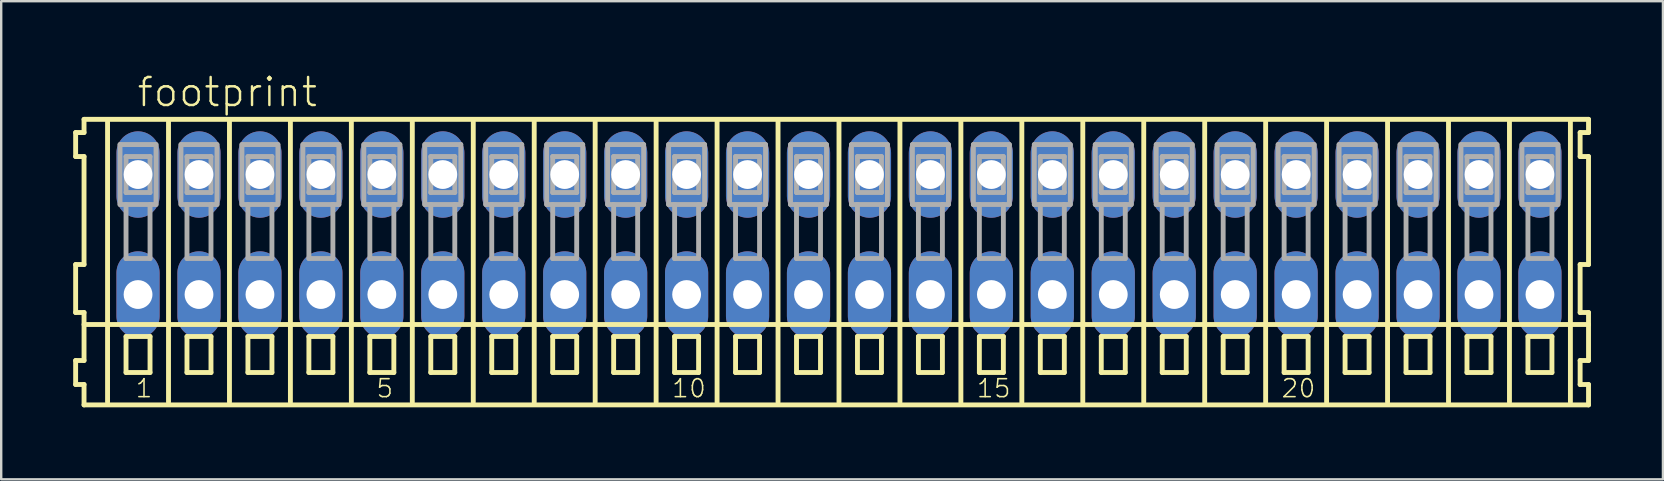
<source format=kicad_pcb>
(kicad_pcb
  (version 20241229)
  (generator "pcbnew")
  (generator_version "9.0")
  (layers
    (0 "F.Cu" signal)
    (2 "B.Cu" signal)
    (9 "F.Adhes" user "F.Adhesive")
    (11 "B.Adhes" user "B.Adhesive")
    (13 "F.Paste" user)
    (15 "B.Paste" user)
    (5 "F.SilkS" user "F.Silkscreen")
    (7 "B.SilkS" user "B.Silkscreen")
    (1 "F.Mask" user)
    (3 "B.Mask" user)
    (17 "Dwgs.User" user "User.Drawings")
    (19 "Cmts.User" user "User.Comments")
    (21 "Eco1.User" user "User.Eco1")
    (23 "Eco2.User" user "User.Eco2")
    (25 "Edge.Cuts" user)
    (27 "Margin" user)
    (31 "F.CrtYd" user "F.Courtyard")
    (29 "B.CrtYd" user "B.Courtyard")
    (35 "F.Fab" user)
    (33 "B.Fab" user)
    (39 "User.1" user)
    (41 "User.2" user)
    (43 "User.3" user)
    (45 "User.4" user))
  (footprint "footprint"
    (layer "F.Cu")
    (at 31.912 6.723)
    (property "Reference" "footprint" (at -29.31 -5.25 0) (layer "F.SilkS") (effects (font (size 1.168 1.168) (thickness 0.102)) (justify left bottom)))
    (fp_line (start -31.81 -4.25) (end -31.81 -3.25) (stroke (width 0.203) (type solid)) (layer "F.SilkS"))
    (fp_line (start -31.81 -3.25) (end -31.46 -3.25) (stroke (width 0.203) (type solid)) (layer "F.SilkS"))
    (fp_line (start -31.81 1.25) (end -31.81 3.25) (stroke (width 0.203) (type solid)) (layer "F.SilkS"))
    (fp_line (start -31.81 3.25) (end -31.46 3.25) (stroke (width 0.203) (type solid)) (layer "F.SilkS"))
    (fp_line (start -31.81 5.25) (end -31.81 6.25) (stroke (width 0.203) (type solid)) (layer "F.SilkS"))
    (fp_line (start -31.81 6.25) (end -31.46 6.25) (stroke (width 0.203) (type solid)) (layer "F.SilkS"))
    (fp_line (start -31.46 -4.8) (end -31.46 -4.25) (stroke (width 0.203) (type solid)) (layer "F.SilkS"))
    (fp_line (start -31.46 -4.25) (end -31.81 -4.25) (stroke (width 0.203) (type solid)) (layer "F.SilkS"))
    (fp_line (start -31.46 -3.25) (end -31.46 1.25) (stroke (width 0.203) (type solid)) (layer "F.SilkS"))
    (fp_line (start -31.46 1.25) (end -31.81 1.25) (stroke (width 0.203) (type solid)) (layer "F.SilkS"))
    (fp_line (start -31.46 3.25) (end -31.46 5.25) (stroke (width 0.203) (type solid)) (layer "F.SilkS"))
    (fp_line (start -31.46 3.75) (end 31.235 3.75) (stroke (width 0.203) (type solid)) (layer "F.SilkS"))
    (fp_line (start -31.46 5.25) (end -31.81 5.25) (stroke (width 0.203) (type solid)) (layer "F.SilkS"))
    (fp_line (start -31.46 6.25) (end -31.46 7.1) (stroke (width 0.203) (type solid)) (layer "F.SilkS"))
    (fp_line (start -31.46 7.1) (end 31.235 7.1) (stroke (width 0.203) (type solid)) (layer "F.SilkS"))
    (fp_line (start -30.48 6.985) (end -30.48 -4.699) (stroke (width 0.203) (type solid)) (layer "F.SilkS"))
    (fp_line (start -29.71 4.25) (end -29.71 5.75) (stroke (width 0.203) (type solid)) (layer "F.SilkS"))
    (fp_line (start -29.71 5.75) (end -28.71 5.75) (stroke (width 0.203) (type solid)) (layer "F.SilkS"))
    (fp_line (start -28.71 4.25) (end -29.71 4.25) (stroke (width 0.203) (type solid)) (layer "F.SilkS"))
    (fp_line (start -28.71 5.75) (end -28.71 4.25) (stroke (width 0.203) (type solid)) (layer "F.SilkS"))
    (fp_line (start -27.94 6.985) (end -27.94 -4.699) (stroke (width 0.203) (type solid)) (layer "F.SilkS"))
    (fp_line (start -27.17 4.25) (end -27.17 5.75) (stroke (width 0.203) (type solid)) (layer "F.SilkS"))
    (fp_line (start -27.17 5.75) (end -26.17 5.75) (stroke (width 0.203) (type solid)) (layer "F.SilkS"))
    (fp_line (start -26.17 4.25) (end -27.17 4.25) (stroke (width 0.203) (type solid)) (layer "F.SilkS"))
    (fp_line (start -26.17 5.75) (end -26.17 4.25) (stroke (width 0.203) (type solid)) (layer "F.SilkS"))
    (fp_line (start -25.4 6.985) (end -25.4 -4.699) (stroke (width 0.203) (type solid)) (layer "F.SilkS"))
    (fp_line (start -24.63 4.25) (end -24.63 5.75) (stroke (width 0.203) (type solid)) (layer "F.SilkS"))
    (fp_line (start -24.63 5.75) (end -23.63 5.75) (stroke (width 0.203) (type solid)) (layer "F.SilkS"))
    (fp_line (start -23.63 4.25) (end -24.63 4.25) (stroke (width 0.203) (type solid)) (layer "F.SilkS"))
    (fp_line (start -23.63 5.75) (end -23.63 4.25) (stroke (width 0.203) (type solid)) (layer "F.SilkS"))
    (fp_line (start -22.86 6.985) (end -22.86 -4.699) (stroke (width 0.203) (type solid)) (layer "F.SilkS"))
    (fp_line (start -22.09 4.25) (end -22.09 5.75) (stroke (width 0.203) (type solid)) (layer "F.SilkS"))
    (fp_line (start -22.09 5.75) (end -21.09 5.75) (stroke (width 0.203) (type solid)) (layer "F.SilkS"))
    (fp_line (start -21.09 4.25) (end -22.09 4.25) (stroke (width 0.203) (type solid)) (layer "F.SilkS"))
    (fp_line (start -21.09 5.75) (end -21.09 4.25) (stroke (width 0.203) (type solid)) (layer "F.SilkS"))
    (fp_line (start -20.32 6.985) (end -20.32 -4.699) (stroke (width 0.203) (type solid)) (layer "F.SilkS"))
    (fp_line (start -19.55 4.25) (end -19.55 5.75) (stroke (width 0.203) (type solid)) (layer "F.SilkS"))
    (fp_line (start -19.55 5.75) (end -18.55 5.75) (stroke (width 0.203) (type solid)) (layer "F.SilkS"))
    (fp_line (start -18.55 4.25) (end -19.55 4.25) (stroke (width 0.203) (type solid)) (layer "F.SilkS"))
    (fp_line (start -18.55 5.75) (end -18.55 4.25) (stroke (width 0.203) (type solid)) (layer "F.SilkS"))
    (fp_line (start -17.78 6.985) (end -17.78 -4.699) (stroke (width 0.203) (type solid)) (layer "F.SilkS"))
    (fp_line (start -17.01 4.25) (end -17.01 5.75) (stroke (width 0.203) (type solid)) (layer "F.SilkS"))
    (fp_line (start -17.01 5.75) (end -16.01 5.75) (stroke (width 0.203) (type solid)) (layer "F.SilkS"))
    (fp_line (start -16.01 4.25) (end -17.01 4.25) (stroke (width 0.203) (type solid)) (layer "F.SilkS"))
    (fp_line (start -16.01 5.75) (end -16.01 4.25) (stroke (width 0.203) (type solid)) (layer "F.SilkS"))
    (fp_line (start -15.24 6.985) (end -15.24 -4.699) (stroke (width 0.203) (type solid)) (layer "F.SilkS"))
    (fp_line (start -14.47 4.25) (end -14.47 5.75) (stroke (width 0.203) (type solid)) (layer "F.SilkS"))
    (fp_line (start -14.47 5.75) (end -13.47 5.75) (stroke (width 0.203) (type solid)) (layer "F.SilkS"))
    (fp_line (start -13.47 4.25) (end -14.47 4.25) (stroke (width 0.203) (type solid)) (layer "F.SilkS"))
    (fp_line (start -13.47 5.75) (end -13.47 4.25) (stroke (width 0.203) (type solid)) (layer "F.SilkS"))
    (fp_line (start -12.7 6.985) (end -12.7 -4.699) (stroke (width 0.203) (type solid)) (layer "F.SilkS"))
    (fp_line (start -11.93 4.25) (end -11.93 5.75) (stroke (width 0.203) (type solid)) (layer "F.SilkS"))
    (fp_line (start -11.93 5.75) (end -10.93 5.75) (stroke (width 0.203) (type solid)) (layer "F.SilkS"))
    (fp_line (start -10.93 4.25) (end -11.93 4.25) (stroke (width 0.203) (type solid)) (layer "F.SilkS"))
    (fp_line (start -10.93 5.75) (end -10.93 4.25) (stroke (width 0.203) (type solid)) (layer "F.SilkS"))
    (fp_line (start -10.16 6.985) (end -10.16 -4.699) (stroke (width 0.203) (type solid)) (layer "F.SilkS"))
    (fp_line (start -9.39 4.25) (end -9.39 5.75) (stroke (width 0.203) (type solid)) (layer "F.SilkS"))
    (fp_line (start -9.39 5.75) (end -8.39 5.75) (stroke (width 0.203) (type solid)) (layer "F.SilkS"))
    (fp_line (start -8.39 4.25) (end -9.39 4.25) (stroke (width 0.203) (type solid)) (layer "F.SilkS"))
    (fp_line (start -8.39 5.75) (end -8.39 4.25) (stroke (width 0.203) (type solid)) (layer "F.SilkS"))
    (fp_line (start -7.62 6.985) (end -7.62 -4.699) (stroke (width 0.203) (type solid)) (layer "F.SilkS"))
    (fp_line (start -6.85 4.25) (end -6.85 5.75) (stroke (width 0.203) (type solid)) (layer "F.SilkS"))
    (fp_line (start -6.85 5.75) (end -5.85 5.75) (stroke (width 0.203) (type solid)) (layer "F.SilkS"))
    (fp_line (start -5.85 4.25) (end -6.85 4.25) (stroke (width 0.203) (type solid)) (layer "F.SilkS"))
    (fp_line (start -5.85 5.75) (end -5.85 4.25) (stroke (width 0.203) (type solid)) (layer "F.SilkS"))
    (fp_line (start -5.08 6.985) (end -5.08 -4.699) (stroke (width 0.203) (type solid)) (layer "F.SilkS"))
    (fp_line (start -4.31 4.25) (end -4.31 5.75) (stroke (width 0.203) (type solid)) (layer "F.SilkS"))
    (fp_line (start -4.31 5.75) (end -3.31 5.75) (stroke (width 0.203) (type solid)) (layer "F.SilkS"))
    (fp_line (start -3.31 4.25) (end -4.31 4.25) (stroke (width 0.203) (type solid)) (layer "F.SilkS"))
    (fp_line (start -3.31 5.75) (end -3.31 4.25) (stroke (width 0.203) (type solid)) (layer "F.SilkS"))
    (fp_line (start -2.54 6.985) (end -2.54 -4.699) (stroke (width 0.203) (type solid)) (layer "F.SilkS"))
    (fp_line (start -1.77 4.25) (end -1.77 5.75) (stroke (width 0.203) (type solid)) (layer "F.SilkS"))
    (fp_line (start -1.77 5.75) (end -0.77 5.75) (stroke (width 0.203) (type solid)) (layer "F.SilkS"))
    (fp_line (start -0.77 4.25) (end -1.77 4.25) (stroke (width 0.203) (type solid)) (layer "F.SilkS"))
    (fp_line (start -0.77 5.75) (end -0.77 4.25) (stroke (width 0.203) (type solid)) (layer "F.SilkS"))
    (fp_line (start 0 6.985) (end 0 -4.699) (stroke (width 0.203) (type solid)) (layer "F.SilkS"))
    (fp_line (start 0.77 4.25) (end 0.77 5.75) (stroke (width 0.203) (type solid)) (layer "F.SilkS"))
    (fp_line (start 0.77 5.75) (end 1.77 5.75) (stroke (width 0.203) (type solid)) (layer "F.SilkS"))
    (fp_line (start 1.77 4.25) (end 0.77 4.25) (stroke (width 0.203) (type solid)) (layer "F.SilkS"))
    (fp_line (start 1.77 5.75) (end 1.77 4.25) (stroke (width 0.203) (type solid)) (layer "F.SilkS"))
    (fp_line (start 2.54 6.985) (end 2.54 -4.699) (stroke (width 0.203) (type solid)) (layer "F.SilkS"))
    (fp_line (start 3.31 4.25) (end 3.31 5.75) (stroke (width 0.203) (type solid)) (layer "F.SilkS"))
    (fp_line (start 3.31 5.75) (end 4.31 5.75) (stroke (width 0.203) (type solid)) (layer "F.SilkS"))
    (fp_line (start 4.31 4.25) (end 3.31 4.25) (stroke (width 0.203) (type solid)) (layer "F.SilkS"))
    (fp_line (start 4.31 5.75) (end 4.31 4.25) (stroke (width 0.203) (type solid)) (layer "F.SilkS"))
    (fp_line (start 5.08 6.985) (end 5.08 -4.699) (stroke (width 0.203) (type solid)) (layer "F.SilkS"))
    (fp_line (start 5.85 4.25) (end 5.85 5.75) (stroke (width 0.203) (type solid)) (layer "F.SilkS"))
    (fp_line (start 5.85 5.75) (end 6.85 5.75) (stroke (width 0.203) (type solid)) (layer "F.SilkS"))
    (fp_line (start 6.85 4.25) (end 5.85 4.25) (stroke (width 0.203) (type solid)) (layer "F.SilkS"))
    (fp_line (start 6.85 5.75) (end 6.85 4.25) (stroke (width 0.203) (type solid)) (layer "F.SilkS"))
    (fp_line (start 7.62 6.985) (end 7.62 -4.699) (stroke (width 0.203) (type solid)) (layer "F.SilkS"))
    (fp_line (start 8.39 4.25) (end 8.39 5.75) (stroke (width 0.203) (type solid)) (layer "F.SilkS"))
    (fp_line (start 8.39 5.75) (end 9.39 5.75) (stroke (width 0.203) (type solid)) (layer "F.SilkS"))
    (fp_line (start 9.39 4.25) (end 8.39 4.25) (stroke (width 0.203) (type solid)) (layer "F.SilkS"))
    (fp_line (start 9.39 5.75) (end 9.39 4.25) (stroke (width 0.203) (type solid)) (layer "F.SilkS"))
    (fp_line (start 10.16 6.985) (end 10.16 -4.699) (stroke (width 0.203) (type solid)) (layer "F.SilkS"))
    (fp_line (start 10.93 4.25) (end 10.93 5.75) (stroke (width 0.203) (type solid)) (layer "F.SilkS"))
    (fp_line (start 10.93 5.75) (end 11.93 5.75) (stroke (width 0.203) (type solid)) (layer "F.SilkS"))
    (fp_line (start 11.93 4.25) (end 10.93 4.25) (stroke (width 0.203) (type solid)) (layer "F.SilkS"))
    (fp_line (start 11.93 5.75) (end 11.93 4.25) (stroke (width 0.203) (type solid)) (layer "F.SilkS"))
    (fp_line (start 12.7 6.985) (end 12.7 -4.699) (stroke (width 0.203) (type solid)) (layer "F.SilkS"))
    (fp_line (start 13.47 4.25) (end 13.47 5.75) (stroke (width 0.203) (type solid)) (layer "F.SilkS"))
    (fp_line (start 13.47 5.75) (end 14.47 5.75) (stroke (width 0.203) (type solid)) (layer "F.SilkS"))
    (fp_line (start 14.47 4.25) (end 13.47 4.25) (stroke (width 0.203) (type solid)) (layer "F.SilkS"))
    (fp_line (start 14.47 5.75) (end 14.47 4.25) (stroke (width 0.203) (type solid)) (layer "F.SilkS"))
    (fp_line (start 15.24 6.985) (end 15.24 -4.699) (stroke (width 0.203) (type solid)) (layer "F.SilkS"))
    (fp_line (start 16.01 4.25) (end 16.01 5.75) (stroke (width 0.203) (type solid)) (layer "F.SilkS"))
    (fp_line (start 16.01 5.75) (end 17.01 5.75) (stroke (width 0.203) (type solid)) (layer "F.SilkS"))
    (fp_line (start 17.01 4.25) (end 16.01 4.25) (stroke (width 0.203) (type solid)) (layer "F.SilkS"))
    (fp_line (start 17.01 5.75) (end 17.01 4.25) (stroke (width 0.203) (type solid)) (layer "F.SilkS"))
    (fp_line (start 17.78 6.985) (end 17.78 -4.699) (stroke (width 0.203) (type solid)) (layer "F.SilkS"))
    (fp_line (start 18.55 4.25) (end 18.55 5.75) (stroke (width 0.203) (type solid)) (layer "F.SilkS"))
    (fp_line (start 18.55 5.75) (end 19.55 5.75) (stroke (width 0.203) (type solid)) (layer "F.SilkS"))
    (fp_line (start 19.55 4.25) (end 18.55 4.25) (stroke (width 0.203) (type solid)) (layer "F.SilkS"))
    (fp_line (start 19.55 5.75) (end 19.55 4.25) (stroke (width 0.203) (type solid)) (layer "F.SilkS"))
    (fp_line (start 20.32 6.985) (end 20.32 -4.699) (stroke (width 0.203) (type solid)) (layer "F.SilkS"))
    (fp_line (start 21.09 4.25) (end 21.09 5.75) (stroke (width 0.203) (type solid)) (layer "F.SilkS"))
    (fp_line (start 21.09 5.75) (end 22.09 5.75) (stroke (width 0.203) (type solid)) (layer "F.SilkS"))
    (fp_line (start 22.09 4.25) (end 21.09 4.25) (stroke (width 0.203) (type solid)) (layer "F.SilkS"))
    (fp_line (start 22.09 5.75) (end 22.09 4.25) (stroke (width 0.203) (type solid)) (layer "F.SilkS"))
    (fp_line (start 22.86 6.985) (end 22.86 -4.699) (stroke (width 0.203) (type solid)) (layer "F.SilkS"))
    (fp_line (start 23.63 4.25) (end 23.63 5.75) (stroke (width 0.203) (type solid)) (layer "F.SilkS"))
    (fp_line (start 23.63 5.75) (end 24.63 5.75) (stroke (width 0.203) (type solid)) (layer "F.SilkS"))
    (fp_line (start 24.63 4.25) (end 23.63 4.25) (stroke (width 0.203) (type solid)) (layer "F.SilkS"))
    (fp_line (start 24.63 5.75) (end 24.63 4.25) (stroke (width 0.203) (type solid)) (layer "F.SilkS"))
    (fp_line (start 25.4 6.985) (end 25.4 -4.699) (stroke (width 0.203) (type solid)) (layer "F.SilkS"))
    (fp_line (start 26.17 4.25) (end 26.17 5.75) (stroke (width 0.203) (type solid)) (layer "F.SilkS"))
    (fp_line (start 26.17 5.75) (end 27.17 5.75) (stroke (width 0.203) (type solid)) (layer "F.SilkS"))
    (fp_line (start 27.17 4.25) (end 26.17 4.25) (stroke (width 0.203) (type solid)) (layer "F.SilkS"))
    (fp_line (start 27.17 5.75) (end 27.17 4.25) (stroke (width 0.203) (type solid)) (layer "F.SilkS"))
    (fp_line (start 27.94 6.985) (end 27.94 -4.699) (stroke (width 0.203) (type solid)) (layer "F.SilkS"))
    (fp_line (start 28.71 4.25) (end 28.71 5.75) (stroke (width 0.203) (type solid)) (layer "F.SilkS"))
    (fp_line (start 28.71 5.75) (end 29.71 5.75) (stroke (width 0.203) (type solid)) (layer "F.SilkS"))
    (fp_line (start 29.71 4.25) (end 28.71 4.25) (stroke (width 0.203) (type solid)) (layer "F.SilkS"))
    (fp_line (start 29.71 5.75) (end 29.71 4.25) (stroke (width 0.203) (type solid)) (layer "F.SilkS"))
    (fp_line (start 30.48 6.985) (end 30.48 -4.699) (stroke (width 0.203) (type solid)) (layer "F.SilkS"))
    (fp_line (start 30.885 -4.25) (end 30.885 -3.25) (stroke (width 0.203) (type solid)) (layer "F.SilkS"))
    (fp_line (start 30.885 -3.25) (end 31.235 -3.25) (stroke (width 0.203) (type solid)) (layer "F.SilkS"))
    (fp_line (start 30.885 1.25) (end 30.885 3.25) (stroke (width 0.203) (type solid)) (layer "F.SilkS"))
    (fp_line (start 30.885 3.25) (end 31.235 3.25) (stroke (width 0.203) (type solid)) (layer "F.SilkS"))
    (fp_line (start 30.885 5.25) (end 30.885 6.25) (stroke (width 0.203) (type solid)) (layer "F.SilkS"))
    (fp_line (start 30.885 6.25) (end 31.235 6.25) (stroke (width 0.203) (type solid)) (layer "F.SilkS"))
    (fp_line (start 31.235 -4.8) (end -31.46 -4.8) (stroke (width 0.203) (type solid)) (layer "F.SilkS"))
    (fp_line (start 31.235 -4.25) (end 30.885 -4.25) (stroke (width 0.203) (type solid)) (layer "F.SilkS"))
    (fp_line (start 31.235 -4.25) (end 31.235 -4.8) (stroke (width 0.203) (type solid)) (layer "F.SilkS"))
    (fp_line (start 31.235 1.25) (end 30.885 1.25) (stroke (width 0.203) (type solid)) (layer "F.SilkS"))
    (fp_line (start 31.235 1.25) (end 31.235 -3.25) (stroke (width 0.203) (type solid)) (layer "F.SilkS"))
    (fp_line (start 31.235 3.75) (end 31.235 3.25) (stroke (width 0.203) (type solid)) (layer "F.SilkS"))
    (fp_line (start 31.235 5.25) (end 30.885 5.25) (stroke (width 0.203) (type solid)) (layer "F.SilkS"))
    (fp_line (start 31.235 5.25) (end 31.235 3.75) (stroke (width 0.203) (type solid)) (layer "F.SilkS"))
    (fp_line (start 31.235 7.1) (end 31.235 6.25) (stroke (width 0.203) (type solid)) (layer "F.SilkS"))
    (fp_line (start -29.96 -3.75) (end -29.96 -1.25) (stroke (width 0.203) (type solid)) (layer "F.Fab"))
    (fp_line (start -29.96 -1.25) (end -29.71 -1.25) (stroke (width 0.203) (type solid)) (layer "F.Fab"))
    (fp_line (start -29.71 -3.25) (end -29.71 -1.75) (stroke (width 0.203) (type solid)) (layer "F.Fab"))
    (fp_line (start -29.71 -1.75) (end -28.71 -1.75) (stroke (width 0.203) (type solid)) (layer "F.Fab"))
    (fp_line (start -29.71 -1.25) (end -29.71 1) (stroke (width 0.203) (type solid)) (layer "F.Fab"))
    (fp_line (start -29.71 -1.25) (end -28.71 -1.25) (stroke (width 0.203) (type solid)) (layer "F.Fab"))
    (fp_line (start -29.71 1) (end -28.71 1) (stroke (width 0.203) (type solid)) (layer "F.Fab"))
    (fp_line (start -28.71 -3.25) (end -29.71 -3.25) (stroke (width 0.203) (type solid)) (layer "F.Fab"))
    (fp_line (start -28.71 -1.75) (end -28.71 -3.25) (stroke (width 0.203) (type solid)) (layer "F.Fab"))
    (fp_line (start -28.71 -1.25) (end -28.46 -1.25) (stroke (width 0.203) (type solid)) (layer "F.Fab"))
    (fp_line (start -28.71 1) (end -28.71 -1.25) (stroke (width 0.203) (type solid)) (layer "F.Fab"))
    (fp_line (start -28.46 -3.75) (end -29.96 -3.75) (stroke (width 0.203) (type solid)) (layer "F.Fab"))
    (fp_line (start -28.46 -1.25) (end -28.46 -3.75) (stroke (width 0.203) (type solid)) (layer "F.Fab"))
    (fp_line (start -27.42 -3.75) (end -27.42 -1.25) (stroke (width 0.203) (type solid)) (layer "F.Fab"))
    (fp_line (start -27.42 -1.25) (end -27.17 -1.25) (stroke (width 0.203) (type solid)) (layer "F.Fab"))
    (fp_line (start -27.17 -3.25) (end -27.17 -1.75) (stroke (width 0.203) (type solid)) (layer "F.Fab"))
    (fp_line (start -27.17 -1.75) (end -26.17 -1.75) (stroke (width 0.203) (type solid)) (layer "F.Fab"))
    (fp_line (start -27.17 -1.25) (end -27.17 1) (stroke (width 0.203) (type solid)) (layer "F.Fab"))
    (fp_line (start -27.17 -1.25) (end -26.17 -1.25) (stroke (width 0.203) (type solid)) (layer "F.Fab"))
    (fp_line (start -27.17 1) (end -26.17 1) (stroke (width 0.203) (type solid)) (layer "F.Fab"))
    (fp_line (start -26.17 -3.25) (end -27.17 -3.25) (stroke (width 0.203) (type solid)) (layer "F.Fab"))
    (fp_line (start -26.17 -1.75) (end -26.17 -3.25) (stroke (width 0.203) (type solid)) (layer "F.Fab"))
    (fp_line (start -26.17 -1.25) (end -25.92 -1.25) (stroke (width 0.203) (type solid)) (layer "F.Fab"))
    (fp_line (start -26.17 1) (end -26.17 -1.25) (stroke (width 0.203) (type solid)) (layer "F.Fab"))
    (fp_line (start -25.92 -3.75) (end -27.42 -3.75) (stroke (width 0.203) (type solid)) (layer "F.Fab"))
    (fp_line (start -25.92 -1.25) (end -25.92 -3.75) (stroke (width 0.203) (type solid)) (layer "F.Fab"))
    (fp_line (start -24.88 -3.75) (end -24.88 -1.25) (stroke (width 0.203) (type solid)) (layer "F.Fab"))
    (fp_line (start -24.88 -1.25) (end -24.63 -1.25) (stroke (width 0.203) (type solid)) (layer "F.Fab"))
    (fp_line (start -24.63 -3.25) (end -24.63 -1.75) (stroke (width 0.203) (type solid)) (layer "F.Fab"))
    (fp_line (start -24.63 -1.75) (end -23.63 -1.75) (stroke (width 0.203) (type solid)) (layer "F.Fab"))
    (fp_line (start -24.63 -1.25) (end -24.63 1) (stroke (width 0.203) (type solid)) (layer "F.Fab"))
    (fp_line (start -24.63 -1.25) (end -23.63 -1.25) (stroke (width 0.203) (type solid)) (layer "F.Fab"))
    (fp_line (start -24.63 1) (end -23.63 1) (stroke (width 0.203) (type solid)) (layer "F.Fab"))
    (fp_line (start -23.63 -3.25) (end -24.63 -3.25) (stroke (width 0.203) (type solid)) (layer "F.Fab"))
    (fp_line (start -23.63 -1.75) (end -23.63 -3.25) (stroke (width 0.203) (type solid)) (layer "F.Fab"))
    (fp_line (start -23.63 -1.25) (end -23.38 -1.25) (stroke (width 0.203) (type solid)) (layer "F.Fab"))
    (fp_line (start -23.63 1) (end -23.63 -1.25) (stroke (width 0.203) (type solid)) (layer "F.Fab"))
    (fp_line (start -23.38 -3.75) (end -24.88 -3.75) (stroke (width 0.203) (type solid)) (layer "F.Fab"))
    (fp_line (start -23.38 -1.25) (end -23.38 -3.75) (stroke (width 0.203) (type solid)) (layer "F.Fab"))
    (fp_line (start -22.34 -3.75) (end -22.34 -1.25) (stroke (width 0.203) (type solid)) (layer "F.Fab"))
    (fp_line (start -22.34 -1.25) (end -22.09 -1.25) (stroke (width 0.203) (type solid)) (layer "F.Fab"))
    (fp_line (start -22.09 -3.25) (end -22.09 -1.75) (stroke (width 0.203) (type solid)) (layer "F.Fab"))
    (fp_line (start -22.09 -1.75) (end -21.09 -1.75) (stroke (width 0.203) (type solid)) (layer "F.Fab"))
    (fp_line (start -22.09 -1.25) (end -22.09 1) (stroke (width 0.203) (type solid)) (layer "F.Fab"))
    (fp_line (start -22.09 -1.25) (end -21.09 -1.25) (stroke (width 0.203) (type solid)) (layer "F.Fab"))
    (fp_line (start -22.09 1) (end -21.09 1) (stroke (width 0.203) (type solid)) (layer "F.Fab"))
    (fp_line (start -21.09 -3.25) (end -22.09 -3.25) (stroke (width 0.203) (type solid)) (layer "F.Fab"))
    (fp_line (start -21.09 -1.75) (end -21.09 -3.25) (stroke (width 0.203) (type solid)) (layer "F.Fab"))
    (fp_line (start -21.09 -1.25) (end -20.84 -1.25) (stroke (width 0.203) (type solid)) (layer "F.Fab"))
    (fp_line (start -21.09 1) (end -21.09 -1.25) (stroke (width 0.203) (type solid)) (layer "F.Fab"))
    (fp_line (start -20.84 -3.75) (end -22.34 -3.75) (stroke (width 0.203) (type solid)) (layer "F.Fab"))
    (fp_line (start -20.84 -1.25) (end -20.84 -3.75) (stroke (width 0.203) (type solid)) (layer "F.Fab"))
    (fp_line (start -19.8 -3.75) (end -19.8 -1.25) (stroke (width 0.203) (type solid)) (layer "F.Fab"))
    (fp_line (start -19.8 -1.25) (end -19.55 -1.25) (stroke (width 0.203) (type solid)) (layer "F.Fab"))
    (fp_line (start -19.55 -3.25) (end -19.55 -1.75) (stroke (width 0.203) (type solid)) (layer "F.Fab"))
    (fp_line (start -19.55 -1.75) (end -18.55 -1.75) (stroke (width 0.203) (type solid)) (layer "F.Fab"))
    (fp_line (start -19.55 -1.25) (end -19.55 1) (stroke (width 0.203) (type solid)) (layer "F.Fab"))
    (fp_line (start -19.55 -1.25) (end -18.55 -1.25) (stroke (width 0.203) (type solid)) (layer "F.Fab"))
    (fp_line (start -19.55 1) (end -18.55 1) (stroke (width 0.203) (type solid)) (layer "F.Fab"))
    (fp_line (start -18.55 -3.25) (end -19.55 -3.25) (stroke (width 0.203) (type solid)) (layer "F.Fab"))
    (fp_line (start -18.55 -1.75) (end -18.55 -3.25) (stroke (width 0.203) (type solid)) (layer "F.Fab"))
    (fp_line (start -18.55 -1.25) (end -18.3 -1.25) (stroke (width 0.203) (type solid)) (layer "F.Fab"))
    (fp_line (start -18.55 1) (end -18.55 -1.25) (stroke (width 0.203) (type solid)) (layer "F.Fab"))
    (fp_line (start -18.3 -3.75) (end -19.8 -3.75) (stroke (width 0.203) (type solid)) (layer "F.Fab"))
    (fp_line (start -18.3 -1.25) (end -18.3 -3.75) (stroke (width 0.203) (type solid)) (layer "F.Fab"))
    (fp_line (start -17.26 -3.75) (end -17.26 -1.25) (stroke (width 0.203) (type solid)) (layer "F.Fab"))
    (fp_line (start -17.26 -1.25) (end -17.01 -1.25) (stroke (width 0.203) (type solid)) (layer "F.Fab"))
    (fp_line (start -17.01 -3.25) (end -17.01 -1.75) (stroke (width 0.203) (type solid)) (layer "F.Fab"))
    (fp_line (start -17.01 -1.75) (end -16.01 -1.75) (stroke (width 0.203) (type solid)) (layer "F.Fab"))
    (fp_line (start -17.01 -1.25) (end -17.01 1) (stroke (width 0.203) (type solid)) (layer "F.Fab"))
    (fp_line (start -17.01 -1.25) (end -16.01 -1.25) (stroke (width 0.203) (type solid)) (layer "F.Fab"))
    (fp_line (start -17.01 1) (end -16.01 1) (stroke (width 0.203) (type solid)) (layer "F.Fab"))
    (fp_line (start -16.01 -3.25) (end -17.01 -3.25) (stroke (width 0.203) (type solid)) (layer "F.Fab"))
    (fp_line (start -16.01 -1.75) (end -16.01 -3.25) (stroke (width 0.203) (type solid)) (layer "F.Fab"))
    (fp_line (start -16.01 -1.25) (end -15.76 -1.25) (stroke (width 0.203) (type solid)) (layer "F.Fab"))
    (fp_line (start -16.01 1) (end -16.01 -1.25) (stroke (width 0.203) (type solid)) (layer "F.Fab"))
    (fp_line (start -15.76 -3.75) (end -17.26 -3.75) (stroke (width 0.203) (type solid)) (layer "F.Fab"))
    (fp_line (start -15.76 -1.25) (end -15.76 -3.75) (stroke (width 0.203) (type solid)) (layer "F.Fab"))
    (fp_line (start -14.72 -3.75) (end -14.72 -1.25) (stroke (width 0.203) (type solid)) (layer "F.Fab"))
    (fp_line (start -14.72 -1.25) (end -14.47 -1.25) (stroke (width 0.203) (type solid)) (layer "F.Fab"))
    (fp_line (start -14.47 -3.25) (end -14.47 -1.75) (stroke (width 0.203) (type solid)) (layer "F.Fab"))
    (fp_line (start -14.47 -1.75) (end -13.47 -1.75) (stroke (width 0.203) (type solid)) (layer "F.Fab"))
    (fp_line (start -14.47 -1.25) (end -14.47 1) (stroke (width 0.203) (type solid)) (layer "F.Fab"))
    (fp_line (start -14.47 -1.25) (end -13.47 -1.25) (stroke (width 0.203) (type solid)) (layer "F.Fab"))
    (fp_line (start -14.47 1) (end -13.47 1) (stroke (width 0.203) (type solid)) (layer "F.Fab"))
    (fp_line (start -13.47 -3.25) (end -14.47 -3.25) (stroke (width 0.203) (type solid)) (layer "F.Fab"))
    (fp_line (start -13.47 -1.75) (end -13.47 -3.25) (stroke (width 0.203) (type solid)) (layer "F.Fab"))
    (fp_line (start -13.47 -1.25) (end -13.22 -1.25) (stroke (width 0.203) (type solid)) (layer "F.Fab"))
    (fp_line (start -13.47 1) (end -13.47 -1.25) (stroke (width 0.203) (type solid)) (layer "F.Fab"))
    (fp_line (start -13.22 -3.75) (end -14.72 -3.75) (stroke (width 0.203) (type solid)) (layer "F.Fab"))
    (fp_line (start -13.22 -1.25) (end -13.22 -3.75) (stroke (width 0.203) (type solid)) (layer "F.Fab"))
    (fp_line (start -12.18 -3.75) (end -12.18 -1.25) (stroke (width 0.203) (type solid)) (layer "F.Fab"))
    (fp_line (start -12.18 -1.25) (end -11.93 -1.25) (stroke (width 0.203) (type solid)) (layer "F.Fab"))
    (fp_line (start -11.93 -3.25) (end -11.93 -1.75) (stroke (width 0.203) (type solid)) (layer "F.Fab"))
    (fp_line (start -11.93 -1.75) (end -10.93 -1.75) (stroke (width 0.203) (type solid)) (layer "F.Fab"))
    (fp_line (start -11.93 -1.25) (end -11.93 1) (stroke (width 0.203) (type solid)) (layer "F.Fab"))
    (fp_line (start -11.93 -1.25) (end -10.93 -1.25) (stroke (width 0.203) (type solid)) (layer "F.Fab"))
    (fp_line (start -11.93 1) (end -10.93 1) (stroke (width 0.203) (type solid)) (layer "F.Fab"))
    (fp_line (start -10.93 -3.25) (end -11.93 -3.25) (stroke (width 0.203) (type solid)) (layer "F.Fab"))
    (fp_line (start -10.93 -1.75) (end -10.93 -3.25) (stroke (width 0.203) (type solid)) (layer "F.Fab"))
    (fp_line (start -10.93 -1.25) (end -10.68 -1.25) (stroke (width 0.203) (type solid)) (layer "F.Fab"))
    (fp_line (start -10.93 1) (end -10.93 -1.25) (stroke (width 0.203) (type solid)) (layer "F.Fab"))
    (fp_line (start -10.68 -3.75) (end -12.18 -3.75) (stroke (width 0.203) (type solid)) (layer "F.Fab"))
    (fp_line (start -10.68 -1.25) (end -10.68 -3.75) (stroke (width 0.203) (type solid)) (layer "F.Fab"))
    (fp_line (start -9.64 -3.75) (end -9.64 -1.25) (stroke (width 0.203) (type solid)) (layer "F.Fab"))
    (fp_line (start -9.64 -1.25) (end -9.39 -1.25) (stroke (width 0.203) (type solid)) (layer "F.Fab"))
    (fp_line (start -9.39 -3.25) (end -9.39 -1.75) (stroke (width 0.203) (type solid)) (layer "F.Fab"))
    (fp_line (start -9.39 -1.75) (end -8.39 -1.75) (stroke (width 0.203) (type solid)) (layer "F.Fab"))
    (fp_line (start -9.39 -1.25) (end -9.39 1) (stroke (width 0.203) (type solid)) (layer "F.Fab"))
    (fp_line (start -9.39 -1.25) (end -8.39 -1.25) (stroke (width 0.203) (type solid)) (layer "F.Fab"))
    (fp_line (start -9.39 1) (end -8.39 1) (stroke (width 0.203) (type solid)) (layer "F.Fab"))
    (fp_line (start -8.39 -3.25) (end -9.39 -3.25) (stroke (width 0.203) (type solid)) (layer "F.Fab"))
    (fp_line (start -8.39 -1.75) (end -8.39 -3.25) (stroke (width 0.203) (type solid)) (layer "F.Fab"))
    (fp_line (start -8.39 -1.25) (end -8.14 -1.25) (stroke (width 0.203) (type solid)) (layer "F.Fab"))
    (fp_line (start -8.39 1) (end -8.39 -1.25) (stroke (width 0.203) (type solid)) (layer "F.Fab"))
    (fp_line (start -8.14 -3.75) (end -9.64 -3.75) (stroke (width 0.203) (type solid)) (layer "F.Fab"))
    (fp_line (start -8.14 -1.25) (end -8.14 -3.75) (stroke (width 0.203) (type solid)) (layer "F.Fab"))
    (fp_line (start -7.1 -3.75) (end -7.1 -1.25) (stroke (width 0.203) (type solid)) (layer "F.Fab"))
    (fp_line (start -7.1 -1.25) (end -6.85 -1.25) (stroke (width 0.203) (type solid)) (layer "F.Fab"))
    (fp_line (start -6.85 -3.25) (end -6.85 -1.75) (stroke (width 0.203) (type solid)) (layer "F.Fab"))
    (fp_line (start -6.85 -1.75) (end -5.85 -1.75) (stroke (width 0.203) (type solid)) (layer "F.Fab"))
    (fp_line (start -6.85 -1.25) (end -6.85 1) (stroke (width 0.203) (type solid)) (layer "F.Fab"))
    (fp_line (start -6.85 -1.25) (end -5.85 -1.25) (stroke (width 0.203) (type solid)) (layer "F.Fab"))
    (fp_line (start -6.85 1) (end -5.85 1) (stroke (width 0.203) (type solid)) (layer "F.Fab"))
    (fp_line (start -5.85 -3.25) (end -6.85 -3.25) (stroke (width 0.203) (type solid)) (layer "F.Fab"))
    (fp_line (start -5.85 -1.75) (end -5.85 -3.25) (stroke (width 0.203) (type solid)) (layer "F.Fab"))
    (fp_line (start -5.85 -1.25) (end -5.6 -1.25) (stroke (width 0.203) (type solid)) (layer "F.Fab"))
    (fp_line (start -5.85 1) (end -5.85 -1.25) (stroke (width 0.203) (type solid)) (layer "F.Fab"))
    (fp_line (start -5.6 -3.75) (end -7.1 -3.75) (stroke (width 0.203) (type solid)) (layer "F.Fab"))
    (fp_line (start -5.6 -1.25) (end -5.6 -3.75) (stroke (width 0.203) (type solid)) (layer "F.Fab"))
    (fp_line (start -4.56 -3.75) (end -4.56 -1.25) (stroke (width 0.203) (type solid)) (layer "F.Fab"))
    (fp_line (start -4.56 -1.25) (end -4.31 -1.25) (stroke (width 0.203) (type solid)) (layer "F.Fab"))
    (fp_line (start -4.31 -3.25) (end -4.31 -1.75) (stroke (width 0.203) (type solid)) (layer "F.Fab"))
    (fp_line (start -4.31 -1.75) (end -3.31 -1.75) (stroke (width 0.203) (type solid)) (layer "F.Fab"))
    (fp_line (start -4.31 -1.25) (end -4.31 1) (stroke (width 0.203) (type solid)) (layer "F.Fab"))
    (fp_line (start -4.31 -1.25) (end -3.31 -1.25) (stroke (width 0.203) (type solid)) (layer "F.Fab"))
    (fp_line (start -4.31 1) (end -3.31 1) (stroke (width 0.203) (type solid)) (layer "F.Fab"))
    (fp_line (start -3.31 -3.25) (end -4.31 -3.25) (stroke (width 0.203) (type solid)) (layer "F.Fab"))
    (fp_line (start -3.31 -1.75) (end -3.31 -3.25) (stroke (width 0.203) (type solid)) (layer "F.Fab"))
    (fp_line (start -3.31 -1.25) (end -3.06 -1.25) (stroke (width 0.203) (type solid)) (layer "F.Fab"))
    (fp_line (start -3.31 1) (end -3.31 -1.25) (stroke (width 0.203) (type solid)) (layer "F.Fab"))
    (fp_line (start -3.06 -3.75) (end -4.56 -3.75) (stroke (width 0.203) (type solid)) (layer "F.Fab"))
    (fp_line (start -3.06 -1.25) (end -3.06 -3.75) (stroke (width 0.203) (type solid)) (layer "F.Fab"))
    (fp_line (start -2.02 -3.75) (end -2.02 -1.25) (stroke (width 0.203) (type solid)) (layer "F.Fab"))
    (fp_line (start -2.02 -1.25) (end -1.77 -1.25) (stroke (width 0.203) (type solid)) (layer "F.Fab"))
    (fp_line (start -1.77 -3.25) (end -1.77 -1.75) (stroke (width 0.203) (type solid)) (layer "F.Fab"))
    (fp_line (start -1.77 -1.75) (end -0.77 -1.75) (stroke (width 0.203) (type solid)) (layer "F.Fab"))
    (fp_line (start -1.77 -1.25) (end -1.77 1) (stroke (width 0.203) (type solid)) (layer "F.Fab"))
    (fp_line (start -1.77 -1.25) (end -0.77 -1.25) (stroke (width 0.203) (type solid)) (layer "F.Fab"))
    (fp_line (start -1.77 1) (end -0.77 1) (stroke (width 0.203) (type solid)) (layer "F.Fab"))
    (fp_line (start -0.77 -3.25) (end -1.77 -3.25) (stroke (width 0.203) (type solid)) (layer "F.Fab"))
    (fp_line (start -0.77 -1.75) (end -0.77 -3.25) (stroke (width 0.203) (type solid)) (layer "F.Fab"))
    (fp_line (start -0.77 -1.25) (end -0.52 -1.25) (stroke (width 0.203) (type solid)) (layer "F.Fab"))
    (fp_line (start -0.77 1) (end -0.77 -1.25) (stroke (width 0.203) (type solid)) (layer "F.Fab"))
    (fp_line (start -0.52 -3.75) (end -2.02 -3.75) (stroke (width 0.203) (type solid)) (layer "F.Fab"))
    (fp_line (start -0.52 -1.25) (end -0.52 -3.75) (stroke (width 0.203) (type solid)) (layer "F.Fab"))
    (fp_line (start 0.52 -3.75) (end 0.52 -1.25) (stroke (width 0.203) (type solid)) (layer "F.Fab"))
    (fp_line (start 0.52 -1.25) (end 0.77 -1.25) (stroke (width 0.203) (type solid)) (layer "F.Fab"))
    (fp_line (start 0.77 -3.25) (end 0.77 -1.75) (stroke (width 0.203) (type solid)) (layer "F.Fab"))
    (fp_line (start 0.77 -1.75) (end 1.77 -1.75) (stroke (width 0.203) (type solid)) (layer "F.Fab"))
    (fp_line (start 0.77 -1.25) (end 0.77 1) (stroke (width 0.203) (type solid)) (layer "F.Fab"))
    (fp_line (start 0.77 -1.25) (end 1.77 -1.25) (stroke (width 0.203) (type solid)) (layer "F.Fab"))
    (fp_line (start 0.77 1) (end 1.77 1) (stroke (width 0.203) (type solid)) (layer "F.Fab"))
    (fp_line (start 1.77 -3.25) (end 0.77 -3.25) (stroke (width 0.203) (type solid)) (layer "F.Fab"))
    (fp_line (start 1.77 -1.75) (end 1.77 -3.25) (stroke (width 0.203) (type solid)) (layer "F.Fab"))
    (fp_line (start 1.77 -1.25) (end 2.02 -1.25) (stroke (width 0.203) (type solid)) (layer "F.Fab"))
    (fp_line (start 1.77 1) (end 1.77 -1.25) (stroke (width 0.203) (type solid)) (layer "F.Fab"))
    (fp_line (start 2.02 -3.75) (end 0.52 -3.75) (stroke (width 0.203) (type solid)) (layer "F.Fab"))
    (fp_line (start 2.02 -1.25) (end 2.02 -3.75) (stroke (width 0.203) (type solid)) (layer "F.Fab"))
    (fp_line (start 3.06 -3.75) (end 3.06 -1.25) (stroke (width 0.203) (type solid)) (layer "F.Fab"))
    (fp_line (start 3.06 -1.25) (end 3.31 -1.25) (stroke (width 0.203) (type solid)) (layer "F.Fab"))
    (fp_line (start 3.31 -3.25) (end 3.31 -1.75) (stroke (width 0.203) (type solid)) (layer "F.Fab"))
    (fp_line (start 3.31 -1.75) (end 4.31 -1.75) (stroke (width 0.203) (type solid)) (layer "F.Fab"))
    (fp_line (start 3.31 -1.25) (end 3.31 1) (stroke (width 0.203) (type solid)) (layer "F.Fab"))
    (fp_line (start 3.31 -1.25) (end 4.31 -1.25) (stroke (width 0.203) (type solid)) (layer "F.Fab"))
    (fp_line (start 3.31 1) (end 4.31 1) (stroke (width 0.203) (type solid)) (layer "F.Fab"))
    (fp_line (start 4.31 -3.25) (end 3.31 -3.25) (stroke (width 0.203) (type solid)) (layer "F.Fab"))
    (fp_line (start 4.31 -1.75) (end 4.31 -3.25) (stroke (width 0.203) (type solid)) (layer "F.Fab"))
    (fp_line (start 4.31 -1.25) (end 4.56 -1.25) (stroke (width 0.203) (type solid)) (layer "F.Fab"))
    (fp_line (start 4.31 1) (end 4.31 -1.25) (stroke (width 0.203) (type solid)) (layer "F.Fab"))
    (fp_line (start 4.56 -3.75) (end 3.06 -3.75) (stroke (width 0.203) (type solid)) (layer "F.Fab"))
    (fp_line (start 4.56 -1.25) (end 4.56 -3.75) (stroke (width 0.203) (type solid)) (layer "F.Fab"))
    (fp_line (start 5.6 -3.75) (end 5.6 -1.25) (stroke (width 0.203) (type solid)) (layer "F.Fab"))
    (fp_line (start 5.6 -1.25) (end 5.85 -1.25) (stroke (width 0.203) (type solid)) (layer "F.Fab"))
    (fp_line (start 5.85 -3.25) (end 5.85 -1.75) (stroke (width 0.203) (type solid)) (layer "F.Fab"))
    (fp_line (start 5.85 -1.75) (end 6.85 -1.75) (stroke (width 0.203) (type solid)) (layer "F.Fab"))
    (fp_line (start 5.85 -1.25) (end 5.85 1) (stroke (width 0.203) (type solid)) (layer "F.Fab"))
    (fp_line (start 5.85 -1.25) (end 6.85 -1.25) (stroke (width 0.203) (type solid)) (layer "F.Fab"))
    (fp_line (start 5.85 1) (end 6.85 1) (stroke (width 0.203) (type solid)) (layer "F.Fab"))
    (fp_line (start 6.85 -3.25) (end 5.85 -3.25) (stroke (width 0.203) (type solid)) (layer "F.Fab"))
    (fp_line (start 6.85 -1.75) (end 6.85 -3.25) (stroke (width 0.203) (type solid)) (layer "F.Fab"))
    (fp_line (start 6.85 -1.25) (end 7.1 -1.25) (stroke (width 0.203) (type solid)) (layer "F.Fab"))
    (fp_line (start 6.85 1) (end 6.85 -1.25) (stroke (width 0.203) (type solid)) (layer "F.Fab"))
    (fp_line (start 7.1 -3.75) (end 5.6 -3.75) (stroke (width 0.203) (type solid)) (layer "F.Fab"))
    (fp_line (start 7.1 -1.25) (end 7.1 -3.75) (stroke (width 0.203) (type solid)) (layer "F.Fab"))
    (fp_line (start 8.14 -3.75) (end 8.14 -1.25) (stroke (width 0.203) (type solid)) (layer "F.Fab"))
    (fp_line (start 8.14 -1.25) (end 8.39 -1.25) (stroke (width 0.203) (type solid)) (layer "F.Fab"))
    (fp_line (start 8.39 -3.25) (end 8.39 -1.75) (stroke (width 0.203) (type solid)) (layer "F.Fab"))
    (fp_line (start 8.39 -1.75) (end 9.39 -1.75) (stroke (width 0.203) (type solid)) (layer "F.Fab"))
    (fp_line (start 8.39 -1.25) (end 8.39 1) (stroke (width 0.203) (type solid)) (layer "F.Fab"))
    (fp_line (start 8.39 -1.25) (end 9.39 -1.25) (stroke (width 0.203) (type solid)) (layer "F.Fab"))
    (fp_line (start 8.39 1) (end 9.39 1) (stroke (width 0.203) (type solid)) (layer "F.Fab"))
    (fp_line (start 9.39 -3.25) (end 8.39 -3.25) (stroke (width 0.203) (type solid)) (layer "F.Fab"))
    (fp_line (start 9.39 -1.75) (end 9.39 -3.25) (stroke (width 0.203) (type solid)) (layer "F.Fab"))
    (fp_line (start 9.39 -1.25) (end 9.64 -1.25) (stroke (width 0.203) (type solid)) (layer "F.Fab"))
    (fp_line (start 9.39 1) (end 9.39 -1.25) (stroke (width 0.203) (type solid)) (layer "F.Fab"))
    (fp_line (start 9.64 -3.75) (end 8.14 -3.75) (stroke (width 0.203) (type solid)) (layer "F.Fab"))
    (fp_line (start 9.64 -1.25) (end 9.64 -3.75) (stroke (width 0.203) (type solid)) (layer "F.Fab"))
    (fp_line (start 10.68 -3.75) (end 10.68 -1.25) (stroke (width 0.203) (type solid)) (layer "F.Fab"))
    (fp_line (start 10.68 -1.25) (end 10.93 -1.25) (stroke (width 0.203) (type solid)) (layer "F.Fab"))
    (fp_line (start 10.93 -3.25) (end 10.93 -1.75) (stroke (width 0.203) (type solid)) (layer "F.Fab"))
    (fp_line (start 10.93 -1.75) (end 11.93 -1.75) (stroke (width 0.203) (type solid)) (layer "F.Fab"))
    (fp_line (start 10.93 -1.25) (end 10.93 1) (stroke (width 0.203) (type solid)) (layer "F.Fab"))
    (fp_line (start 10.93 -1.25) (end 11.93 -1.25) (stroke (width 0.203) (type solid)) (layer "F.Fab"))
    (fp_line (start 10.93 1) (end 11.93 1) (stroke (width 0.203) (type solid)) (layer "F.Fab"))
    (fp_line (start 11.93 -3.25) (end 10.93 -3.25) (stroke (width 0.203) (type solid)) (layer "F.Fab"))
    (fp_line (start 11.93 -1.75) (end 11.93 -3.25) (stroke (width 0.203) (type solid)) (layer "F.Fab"))
    (fp_line (start 11.93 -1.25) (end 12.18 -1.25) (stroke (width 0.203) (type solid)) (layer "F.Fab"))
    (fp_line (start 11.93 1) (end 11.93 -1.25) (stroke (width 0.203) (type solid)) (layer "F.Fab"))
    (fp_line (start 12.18 -3.75) (end 10.68 -3.75) (stroke (width 0.203) (type solid)) (layer "F.Fab"))
    (fp_line (start 12.18 -1.25) (end 12.18 -3.75) (stroke (width 0.203) (type solid)) (layer "F.Fab"))
    (fp_line (start 13.22 -3.75) (end 13.22 -1.25) (stroke (width 0.203) (type solid)) (layer "F.Fab"))
    (fp_line (start 13.22 -1.25) (end 13.47 -1.25) (stroke (width 0.203) (type solid)) (layer "F.Fab"))
    (fp_line (start 13.47 -3.25) (end 13.47 -1.75) (stroke (width 0.203) (type solid)) (layer "F.Fab"))
    (fp_line (start 13.47 -1.75) (end 14.47 -1.75) (stroke (width 0.203) (type solid)) (layer "F.Fab"))
    (fp_line (start 13.47 -1.25) (end 13.47 1) (stroke (width 0.203) (type solid)) (layer "F.Fab"))
    (fp_line (start 13.47 -1.25) (end 14.47 -1.25) (stroke (width 0.203) (type solid)) (layer "F.Fab"))
    (fp_line (start 13.47 1) (end 14.47 1) (stroke (width 0.203) (type solid)) (layer "F.Fab"))
    (fp_line (start 14.47 -3.25) (end 13.47 -3.25) (stroke (width 0.203) (type solid)) (layer "F.Fab"))
    (fp_line (start 14.47 -1.75) (end 14.47 -3.25) (stroke (width 0.203) (type solid)) (layer "F.Fab"))
    (fp_line (start 14.47 -1.25) (end 14.72 -1.25) (stroke (width 0.203) (type solid)) (layer "F.Fab"))
    (fp_line (start 14.47 1) (end 14.47 -1.25) (stroke (width 0.203) (type solid)) (layer "F.Fab"))
    (fp_line (start 14.72 -3.75) (end 13.22 -3.75) (stroke (width 0.203) (type solid)) (layer "F.Fab"))
    (fp_line (start 14.72 -1.25) (end 14.72 -3.75) (stroke (width 0.203) (type solid)) (layer "F.Fab"))
    (fp_line (start 15.76 -3.75) (end 15.76 -1.25) (stroke (width 0.203) (type solid)) (layer "F.Fab"))
    (fp_line (start 15.76 -1.25) (end 16.01 -1.25) (stroke (width 0.203) (type solid)) (layer "F.Fab"))
    (fp_line (start 16.01 -3.25) (end 16.01 -1.75) (stroke (width 0.203) (type solid)) (layer "F.Fab"))
    (fp_line (start 16.01 -1.75) (end 17.01 -1.75) (stroke (width 0.203) (type solid)) (layer "F.Fab"))
    (fp_line (start 16.01 -1.25) (end 16.01 1) (stroke (width 0.203) (type solid)) (layer "F.Fab"))
    (fp_line (start 16.01 -1.25) (end 17.01 -1.25) (stroke (width 0.203) (type solid)) (layer "F.Fab"))
    (fp_line (start 16.01 1) (end 17.01 1) (stroke (width 0.203) (type solid)) (layer "F.Fab"))
    (fp_line (start 17.01 -3.25) (end 16.01 -3.25) (stroke (width 0.203) (type solid)) (layer "F.Fab"))
    (fp_line (start 17.01 -1.75) (end 17.01 -3.25) (stroke (width 0.203) (type solid)) (layer "F.Fab"))
    (fp_line (start 17.01 -1.25) (end 17.26 -1.25) (stroke (width 0.203) (type solid)) (layer "F.Fab"))
    (fp_line (start 17.01 1) (end 17.01 -1.25) (stroke (width 0.203) (type solid)) (layer "F.Fab"))
    (fp_line (start 17.26 -3.75) (end 15.76 -3.75) (stroke (width 0.203) (type solid)) (layer "F.Fab"))
    (fp_line (start 17.26 -1.25) (end 17.26 -3.75) (stroke (width 0.203) (type solid)) (layer "F.Fab"))
    (fp_line (start 18.3 -3.75) (end 18.3 -1.25) (stroke (width 0.203) (type solid)) (layer "F.Fab"))
    (fp_line (start 18.3 -1.25) (end 18.55 -1.25) (stroke (width 0.203) (type solid)) (layer "F.Fab"))
    (fp_line (start 18.55 -3.25) (end 18.55 -1.75) (stroke (width 0.203) (type solid)) (layer "F.Fab"))
    (fp_line (start 18.55 -1.75) (end 19.55 -1.75) (stroke (width 0.203) (type solid)) (layer "F.Fab"))
    (fp_line (start 18.55 -1.25) (end 18.55 1) (stroke (width 0.203) (type solid)) (layer "F.Fab"))
    (fp_line (start 18.55 -1.25) (end 19.55 -1.25) (stroke (width 0.203) (type solid)) (layer "F.Fab"))
    (fp_line (start 18.55 1) (end 19.55 1) (stroke (width 0.203) (type solid)) (layer "F.Fab"))
    (fp_line (start 19.55 -3.25) (end 18.55 -3.25) (stroke (width 0.203) (type solid)) (layer "F.Fab"))
    (fp_line (start 19.55 -1.75) (end 19.55 -3.25) (stroke (width 0.203) (type solid)) (layer "F.Fab"))
    (fp_line (start 19.55 -1.25) (end 19.8 -1.25) (stroke (width 0.203) (type solid)) (layer "F.Fab"))
    (fp_line (start 19.55 1) (end 19.55 -1.25) (stroke (width 0.203) (type solid)) (layer "F.Fab"))
    (fp_line (start 19.8 -3.75) (end 18.3 -3.75) (stroke (width 0.203) (type solid)) (layer "F.Fab"))
    (fp_line (start 19.8 -1.25) (end 19.8 -3.75) (stroke (width 0.203) (type solid)) (layer "F.Fab"))
    (fp_line (start 20.84 -3.75) (end 20.84 -1.25) (stroke (width 0.203) (type solid)) (layer "F.Fab"))
    (fp_line (start 20.84 -1.25) (end 21.09 -1.25) (stroke (width 0.203) (type solid)) (layer "F.Fab"))
    (fp_line (start 21.09 -3.25) (end 21.09 -1.75) (stroke (width 0.203) (type solid)) (layer "F.Fab"))
    (fp_line (start 21.09 -1.75) (end 22.09 -1.75) (stroke (width 0.203) (type solid)) (layer "F.Fab"))
    (fp_line (start 21.09 -1.25) (end 21.09 1) (stroke (width 0.203) (type solid)) (layer "F.Fab"))
    (fp_line (start 21.09 -1.25) (end 22.09 -1.25) (stroke (width 0.203) (type solid)) (layer "F.Fab"))
    (fp_line (start 21.09 1) (end 22.09 1) (stroke (width 0.203) (type solid)) (layer "F.Fab"))
    (fp_line (start 22.09 -3.25) (end 21.09 -3.25) (stroke (width 0.203) (type solid)) (layer "F.Fab"))
    (fp_line (start 22.09 -1.75) (end 22.09 -3.25) (stroke (width 0.203) (type solid)) (layer "F.Fab"))
    (fp_line (start 22.09 -1.25) (end 22.34 -1.25) (stroke (width 0.203) (type solid)) (layer "F.Fab"))
    (fp_line (start 22.09 1) (end 22.09 -1.25) (stroke (width 0.203) (type solid)) (layer "F.Fab"))
    (fp_line (start 22.34 -3.75) (end 20.84 -3.75) (stroke (width 0.203) (type solid)) (layer "F.Fab"))
    (fp_line (start 22.34 -1.25) (end 22.34 -3.75) (stroke (width 0.203) (type solid)) (layer "F.Fab"))
    (fp_line (start 23.38 -3.75) (end 23.38 -1.25) (stroke (width 0.203) (type solid)) (layer "F.Fab"))
    (fp_line (start 23.38 -1.25) (end 23.63 -1.25) (stroke (width 0.203) (type solid)) (layer "F.Fab"))
    (fp_line (start 23.63 -3.25) (end 23.63 -1.75) (stroke (width 0.203) (type solid)) (layer "F.Fab"))
    (fp_line (start 23.63 -1.75) (end 24.63 -1.75) (stroke (width 0.203) (type solid)) (layer "F.Fab"))
    (fp_line (start 23.63 -1.25) (end 23.63 1) (stroke (width 0.203) (type solid)) (layer "F.Fab"))
    (fp_line (start 23.63 -1.25) (end 24.63 -1.25) (stroke (width 0.203) (type solid)) (layer "F.Fab"))
    (fp_line (start 23.63 1) (end 24.63 1) (stroke (width 0.203) (type solid)) (layer "F.Fab"))
    (fp_line (start 24.63 -3.25) (end 23.63 -3.25) (stroke (width 0.203) (type solid)) (layer "F.Fab"))
    (fp_line (start 24.63 -1.75) (end 24.63 -3.25) (stroke (width 0.203) (type solid)) (layer "F.Fab"))
    (fp_line (start 24.63 -1.25) (end 24.88 -1.25) (stroke (width 0.203) (type solid)) (layer "F.Fab"))
    (fp_line (start 24.63 1) (end 24.63 -1.25) (stroke (width 0.203) (type solid)) (layer "F.Fab"))
    (fp_line (start 24.88 -3.75) (end 23.38 -3.75) (stroke (width 0.203) (type solid)) (layer "F.Fab"))
    (fp_line (start 24.88 -1.25) (end 24.88 -3.75) (stroke (width 0.203) (type solid)) (layer "F.Fab"))
    (fp_line (start 25.92 -3.75) (end 25.92 -1.25) (stroke (width 0.203) (type solid)) (layer "F.Fab"))
    (fp_line (start 25.92 -1.25) (end 26.17 -1.25) (stroke (width 0.203) (type solid)) (layer "F.Fab"))
    (fp_line (start 26.17 -3.25) (end 26.17 -1.75) (stroke (width 0.203) (type solid)) (layer "F.Fab"))
    (fp_line (start 26.17 -1.75) (end 27.17 -1.75) (stroke (width 0.203) (type solid)) (layer "F.Fab"))
    (fp_line (start 26.17 -1.25) (end 26.17 1) (stroke (width 0.203) (type solid)) (layer "F.Fab"))
    (fp_line (start 26.17 -1.25) (end 27.17 -1.25) (stroke (width 0.203) (type solid)) (layer "F.Fab"))
    (fp_line (start 26.17 1) (end 27.17 1) (stroke (width 0.203) (type solid)) (layer "F.Fab"))
    (fp_line (start 27.17 -3.25) (end 26.17 -3.25) (stroke (width 0.203) (type solid)) (layer "F.Fab"))
    (fp_line (start 27.17 -1.75) (end 27.17 -3.25) (stroke (width 0.203) (type solid)) (layer "F.Fab"))
    (fp_line (start 27.17 -1.25) (end 27.42 -1.25) (stroke (width 0.203) (type solid)) (layer "F.Fab"))
    (fp_line (start 27.17 1) (end 27.17 -1.25) (stroke (width 0.203) (type solid)) (layer "F.Fab"))
    (fp_line (start 27.42 -3.75) (end 25.92 -3.75) (stroke (width 0.203) (type solid)) (layer "F.Fab"))
    (fp_line (start 27.42 -1.25) (end 27.42 -3.75) (stroke (width 0.203) (type solid)) (layer "F.Fab"))
    (fp_line (start 28.46 -3.75) (end 28.46 -1.25) (stroke (width 0.203) (type solid)) (layer "F.Fab"))
    (fp_line (start 28.46 -1.25) (end 28.71 -1.25) (stroke (width 0.203) (type solid)) (layer "F.Fab"))
    (fp_line (start 28.71 -3.25) (end 28.71 -1.75) (stroke (width 0.203) (type solid)) (layer "F.Fab"))
    (fp_line (start 28.71 -1.75) (end 29.71 -1.75) (stroke (width 0.203) (type solid)) (layer "F.Fab"))
    (fp_line (start 28.71 -1.25) (end 28.71 1) (stroke (width 0.203) (type solid)) (layer "F.Fab"))
    (fp_line (start 28.71 -1.25) (end 29.71 -1.25) (stroke (width 0.203) (type solid)) (layer "F.Fab"))
    (fp_line (start 28.71 1) (end 29.71 1) (stroke (width 0.203) (type solid)) (layer "F.Fab"))
    (fp_line (start 29.71 -3.25) (end 28.71 -3.25) (stroke (width 0.203) (type solid)) (layer "F.Fab"))
    (fp_line (start 29.71 -1.75) (end 29.71 -3.25) (stroke (width 0.203) (type solid)) (layer "F.Fab"))
    (fp_line (start 29.71 -1.25) (end 29.96 -1.25) (stroke (width 0.203) (type solid)) (layer "F.Fab"))
    (fp_line (start 29.71 1) (end 29.71 -1.25) (stroke (width 0.203) (type solid)) (layer "F.Fab"))
    (fp_line (start 29.96 -3.75) (end 28.46 -3.75) (stroke (width 0.203) (type solid)) (layer "F.Fab"))
    (fp_line (start 29.96 -1.25) (end 29.96 -3.75) (stroke (width 0.203) (type solid)) (layer "F.Fab"))
    (fp_text user "1" (at -29.36 6.85 0) (layer "F.SilkS") (effects (font (size 0.748 0.748) (thickness 0.065)) (justify left bottom)))
    (fp_text user "15" (at 5.692 6.85 0) (layer "F.SilkS") (effects (font (size 0.748 0.748) (thickness 0.065)) (justify left bottom)))
    (fp_text user "10" (at -7.008 6.85 0) (layer "F.SilkS") (effects (font (size 0.748 0.748) (thickness 0.065)) (justify left bottom)))
    (fp_text user "5" (at -19.327 6.85 0) (layer "F.SilkS") (effects (font (size 0.748 0.748) (thickness 0.065)) (justify left bottom)))
    (fp_text user "20" (at 18.392 6.85 0) (layer "F.SilkS") (effects (font (size 0.748 0.748) (thickness 0.065)) (justify left bottom)))
    (pad "A1" thru_hole oval (at -29.21 -2.5 90) (size 3.6 1.8) (drill 1.2) (layers "*.Cu" "*.Mask"))
    (pad "A2" thru_hole oval (at -26.67 -2.5 90) (size 3.6 1.8) (drill 1.2) (layers "*.Cu" "*.Mask"))
    (pad "A3" thru_hole oval (at -24.13 -2.5 90) (size 3.6 1.8) (drill 1.2) (layers "*.Cu" "*.Mask"))
    (pad "A4" thru_hole oval (at -21.59 -2.5 90) (size 3.6 1.8) (drill 1.2) (layers "*.Cu" "*.Mask"))
    (pad "A5" thru_hole oval (at -19.05 -2.5 90) (size 3.6 1.8) (drill 1.2) (layers "*.Cu" "*.Mask"))
    (pad "A6" thru_hole oval (at -16.51 -2.5 90) (size 3.6 1.8) (drill 1.2) (layers "*.Cu" "*.Mask"))
    (pad "A7" thru_hole oval (at -13.97 -2.5 90) (size 3.6 1.8) (drill 1.2) (layers "*.Cu" "*.Mask"))
    (pad "A8" thru_hole oval (at -11.43 -2.5 90) (size 3.6 1.8) (drill 1.2) (layers "*.Cu" "*.Mask"))
    (pad "A9" thru_hole oval (at -8.89 -2.5 90) (size 3.6 1.8) (drill 1.2) (layers "*.Cu" "*.Mask"))
    (pad "A10" thru_hole oval (at -6.35 -2.5 90) (size 3.6 1.8) (drill 1.2) (layers "*.Cu" "*.Mask"))
    (pad "A11" thru_hole oval (at -3.81 -2.5 90) (size 3.6 1.8) (drill 1.2) (layers "*.Cu" "*.Mask"))
    (pad "A12" thru_hole oval (at -1.27 -2.5 90) (size 3.6 1.8) (drill 1.2) (layers "*.Cu" "*.Mask"))
    (pad "A13" thru_hole oval (at 1.27 -2.5 90) (size 3.6 1.8) (drill 1.2) (layers "*.Cu" "*.Mask"))
    (pad "A14" thru_hole oval (at 3.81 -2.5 90) (size 3.6 1.8) (drill 1.2) (layers "*.Cu" "*.Mask"))
    (pad "A15" thru_hole oval (at 6.35 -2.5 90) (size 3.6 1.8) (drill 1.2) (layers "*.Cu" "*.Mask"))
    (pad "A16" thru_hole oval (at 8.89 -2.5 90) (size 3.6 1.8) (drill 1.2) (layers "*.Cu" "*.Mask"))
    (pad "A17" thru_hole oval (at 11.43 -2.5 90) (size 3.6 1.8) (drill 1.2) (layers "*.Cu" "*.Mask"))
    (pad "A18" thru_hole oval (at 13.97 -2.5 90) (size 3.6 1.8) (drill 1.2) (layers "*.Cu" "*.Mask"))
    (pad "A19" thru_hole oval (at 16.51 -2.5 90) (size 3.6 1.8) (drill 1.2) (layers "*.Cu" "*.Mask"))
    (pad "A20" thru_hole oval (at 19.05 -2.5 90) (size 3.6 1.8) (drill 1.2) (layers "*.Cu" "*.Mask"))
    (pad "A21" thru_hole oval (at 21.59 -2.5 90) (size 3.6 1.8) (drill 1.2) (layers "*.Cu" "*.Mask"))
    (pad "A22" thru_hole oval (at 24.13 -2.5 90) (size 3.6 1.8) (drill 1.2) (layers "*.Cu" "*.Mask"))
    (pad "A23" thru_hole oval (at 26.67 -2.5 90) (size 3.6 1.8) (drill 1.2) (layers "*.Cu" "*.Mask"))
    (pad "A24" thru_hole oval (at 29.21 -2.5 90) (size 3.6 1.8) (drill 1.2) (layers "*.Cu" "*.Mask"))
    (pad "B1" thru_hole oval (at -29.21 2.5 90) (size 3.6 1.8) (drill 1.2) (layers "*.Cu" "*.Mask"))
    (pad "B2" thru_hole oval (at -26.67 2.5 90) (size 3.6 1.8) (drill 1.2) (layers "*.Cu" "*.Mask"))
    (pad "B3" thru_hole oval (at -24.13 2.5 90) (size 3.6 1.8) (drill 1.2) (layers "*.Cu" "*.Mask"))
    (pad "B4" thru_hole oval (at -21.59 2.5 90) (size 3.6 1.8) (drill 1.2) (layers "*.Cu" "*.Mask"))
    (pad "B5" thru_hole oval (at -19.05 2.5 90) (size 3.6 1.8) (drill 1.2) (layers "*.Cu" "*.Mask"))
    (pad "B6" thru_hole oval (at -16.51 2.5 90) (size 3.6 1.8) (drill 1.2) (layers "*.Cu" "*.Mask"))
    (pad "B7" thru_hole oval (at -13.97 2.5 90) (size 3.6 1.8) (drill 1.2) (layers "*.Cu" "*.Mask"))
    (pad "B8" thru_hole oval (at -11.43 2.5 90) (size 3.6 1.8) (drill 1.2) (layers "*.Cu" "*.Mask"))
    (pad "B9" thru_hole oval (at -8.89 2.5 90) (size 3.6 1.8) (drill 1.2) (layers "*.Cu" "*.Mask"))
    (pad "B10" thru_hole oval (at -6.35 2.5 90) (size 3.6 1.8) (drill 1.2) (layers "*.Cu" "*.Mask"))
    (pad "B11" thru_hole oval (at -3.81 2.5 90) (size 3.6 1.8) (drill 1.2) (layers "*.Cu" "*.Mask"))
    (pad "B12" thru_hole oval (at -1.27 2.5 90) (size 3.6 1.8) (drill 1.2) (layers "*.Cu" "*.Mask"))
    (pad "B13" thru_hole oval (at 1.27 2.5 90) (size 3.6 1.8) (drill 1.2) (layers "*.Cu" "*.Mask"))
    (pad "B14" thru_hole oval (at 3.81 2.5 90) (size 3.6 1.8) (drill 1.2) (layers "*.Cu" "*.Mask"))
    (pad "B15" thru_hole oval (at 6.35 2.5 90) (size 3.6 1.8) (drill 1.2) (layers "*.Cu" "*.Mask"))
    (pad "B16" thru_hole oval (at 8.89 2.5 90) (size 3.6 1.8) (drill 1.2) (layers "*.Cu" "*.Mask"))
    (pad "B17" thru_hole oval (at 11.43 2.5 90) (size 3.6 1.8) (drill 1.2) (layers "*.Cu" "*.Mask"))
    (pad "B18" thru_hole oval (at 13.97 2.5 90) (size 3.6 1.8) (drill 1.2) (layers "*.Cu" "*.Mask"))
    (pad "B19" thru_hole oval (at 16.51 2.5 90) (size 3.6 1.8) (drill 1.2) (layers "*.Cu" "*.Mask"))
    (pad "B20" thru_hole oval (at 19.05 2.5 90) (size 3.6 1.8) (drill 1.2) (layers "*.Cu" "*.Mask"))
    (pad "B21" thru_hole oval (at 21.59 2.5 90) (size 3.6 1.8) (drill 1.2) (layers "*.Cu" "*.Mask"))
    (pad "B22" thru_hole oval (at 24.13 2.5 90) (size 3.6 1.8) (drill 1.2) (layers "*.Cu" "*.Mask"))
    (pad "B23" thru_hole oval (at 26.67 2.5 90) (size 3.6 1.8) (drill 1.2) (layers "*.Cu" "*.Mask"))
    (pad "B24" thru_hole oval (at 29.21 2.5 90) (size 3.6 1.8) (drill 1.2) (layers "*.Cu" "*.Mask")))
  (gr_rect
    (start -3 -3)
    (end 66.248 16.925)
    (stroke (width 0.1) (type default))
    (fill no)
    (layer "Edge.Cuts")))
</source>
